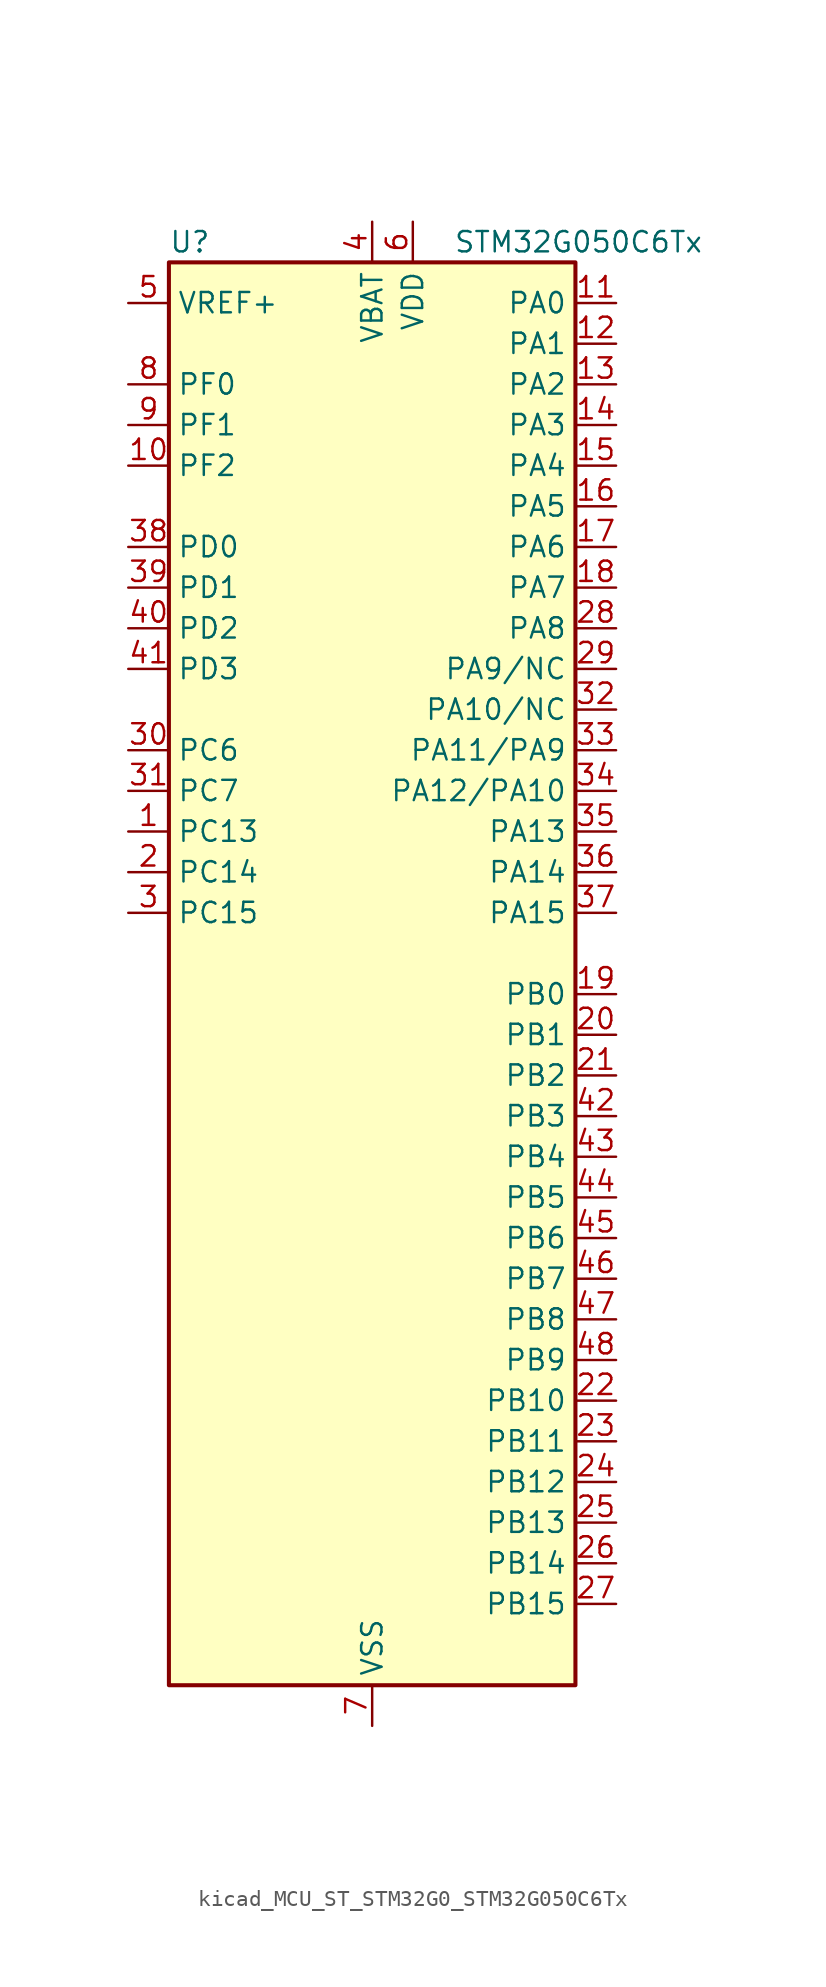
<source format=kicad_sym>
(kicad_symbol_lib
  (version 20220914)
  (generator kicad_symbol_editor)
  (symbol "kicad_MCU_ST_STM32G0_STM32G050C6Tx"
    (property "Reference" "U"
      (at -12.7 46.99 0)
      (effects (font (size 1.27 1.27)) (justify left)))
    (property "Value" "STM32G050C6Tx"
      (at 5.08 46.99 0)
      (effects (font (size 1.27 1.27)) (justify left)))
    (property "ki_locked" ""
      (at 0 0 0)
      (effects (font (size 1.27 1.27))))
    (symbol "kicad_MCU_ST_STM32G0_STM32G050C6Tx_0_1"
      (rectangle (start -12.7 -43.18) (end 12.7 45.72) (stroke (width 0.254) (type default)) (fill (type background))))
    (symbol "kicad_MCU_ST_STM32G0_STM32G050C6Tx_1_1"
      (pin bidirectional line (at -15.24 10.16 0) (length 2.54) (name "PC13" (effects (font (size 1.27 1.27)))) (number "1" (effects (font (size 1.27 1.27)))) (alternate "RTC_OUT1" bidirectional line) (alternate "RTC_TAMP_IN1" bidirectional line) (alternate "RTC_TS" bidirectional line) (alternate "SYS_WKUP2" bidirectional line) (alternate "TIM1_BK" bidirectional line))
      (pin bidirectional line (at -15.24 33.02 0) (length 2.54) (name "PF2" (effects (font (size 1.27 1.27)))) (number "10" (effects (font (size 1.27 1.27)))) (alternate "RCC_MCO" bidirectional line))
      (pin bidirectional line (at 15.24 43.18 180) (length 2.54) (name "PA0" (effects (font (size 1.27 1.27)))) (number "11" (effects (font (size 1.27 1.27)))) (alternate "ADC1_IN0" bidirectional line) (alternate "RTC_TAMP_IN2" bidirectional line) (alternate "SPI2_SCK" bidirectional line) (alternate "SYS_WKUP1" bidirectional line) (alternate "USART2_CTS" bidirectional line) (alternate "USART2_NSS" bidirectional line))
      (pin bidirectional line (at 15.24 40.64 180) (length 2.54) (name "PA1" (effects (font (size 1.27 1.27)))) (number "12" (effects (font (size 1.27 1.27)))) (alternate "ADC1_IN1" bidirectional line) (alternate "I2C1_SMBA" bidirectional line) (alternate "I2S1_CK" bidirectional line) (alternate "SPI1_SCK" bidirectional line) (alternate "TIM15_CH1N" bidirectional line) (alternate "USART2_CK" bidirectional line) (alternate "USART2_DE" bidirectional line) (alternate "USART2_RTS" bidirectional line))
      (pin bidirectional line (at 15.24 38.1 180) (length 2.54) (name "PA2" (effects (font (size 1.27 1.27)))) (number "13" (effects (font (size 1.27 1.27)))) (alternate "ADC1_IN2" bidirectional line) (alternate "I2S1_SD" bidirectional line) (alternate "RCC_LSCO" bidirectional line) (alternate "SPI1_MOSI" bidirectional line) (alternate "SYS_WKUP4" bidirectional line) (alternate "TIM15_CH1" bidirectional line) (alternate "USART2_TX" bidirectional line))
      (pin bidirectional line (at 15.24 35.56 180) (length 2.54) (name "PA3" (effects (font (size 1.27 1.27)))) (number "14" (effects (font (size 1.27 1.27)))) (alternate "ADC1_IN3" bidirectional line) (alternate "SPI2_MISO" bidirectional line) (alternate "TIM15_CH2" bidirectional line) (alternate "USART2_RX" bidirectional line))
      (pin bidirectional line (at 15.24 33.02 180) (length 2.54) (name "PA4" (effects (font (size 1.27 1.27)))) (number "15" (effects (font (size 1.27 1.27)))) (alternate "ADC1_IN4" bidirectional line) (alternate "I2S1_WS" bidirectional line) (alternate "RTC_OUT2" bidirectional line) (alternate "SPI1_NSS" bidirectional line) (alternate "SPI2_MOSI" bidirectional line) (alternate "TIM14_CH1" bidirectional line))
      (pin bidirectional line (at 15.24 30.48 180) (length 2.54) (name "PA5" (effects (font (size 1.27 1.27)))) (number "16" (effects (font (size 1.27 1.27)))) (alternate "ADC1_IN5" bidirectional line) (alternate "I2S1_CK" bidirectional line) (alternate "SPI1_SCK" bidirectional line))
      (pin bidirectional line (at 15.24 27.94 180) (length 2.54) (name "PA6" (effects (font (size 1.27 1.27)))) (number "17" (effects (font (size 1.27 1.27)))) (alternate "ADC1_IN6" bidirectional line) (alternate "I2S1_MCK" bidirectional line) (alternate "SPI1_MISO" bidirectional line) (alternate "TIM16_CH1" bidirectional line) (alternate "TIM1_BK" bidirectional line) (alternate "TIM3_CH1" bidirectional line))
      (pin bidirectional line (at 15.24 25.4 180) (length 2.54) (name "PA7" (effects (font (size 1.27 1.27)))) (number "18" (effects (font (size 1.27 1.27)))) (alternate "ADC1_IN7" bidirectional line) (alternate "I2S1_SD" bidirectional line) (alternate "SPI1_MOSI" bidirectional line) (alternate "TIM14_CH1" bidirectional line) (alternate "TIM17_CH1" bidirectional line) (alternate "TIM1_CH1N" bidirectional line) (alternate "TIM3_CH2" bidirectional line))
      (pin bidirectional line (at 15.24 0 180) (length 2.54) (name "PB0" (effects (font (size 1.27 1.27)))) (number "19" (effects (font (size 1.27 1.27)))) (alternate "ADC1_IN8" bidirectional line) (alternate "I2S1_WS" bidirectional line) (alternate "SPI1_NSS" bidirectional line) (alternate "TIM1_CH2N" bidirectional line) (alternate "TIM3_CH3" bidirectional line))
      (pin bidirectional line (at -15.24 7.62 0) (length 2.54) (name "PC14" (effects (font (size 1.27 1.27)))) (number "2" (effects (font (size 1.27 1.27)))) (alternate "RCC_OSC32_IN" bidirectional line) (alternate "TIM1_BK2" bidirectional line))
      (pin bidirectional line (at 15.24 -2.54 180) (length 2.54) (name "PB1" (effects (font (size 1.27 1.27)))) (number "20" (effects (font (size 1.27 1.27)))) (alternate "ADC1_IN9" bidirectional line) (alternate "TIM14_CH1" bidirectional line) (alternate "TIM1_CH3N" bidirectional line) (alternate "TIM3_CH4" bidirectional line))
      (pin bidirectional line (at 15.24 -5.08 180) (length 2.54) (name "PB2" (effects (font (size 1.27 1.27)))) (number "21" (effects (font (size 1.27 1.27)))) (alternate "ADC1_IN10" bidirectional line) (alternate "SPI2_MISO" bidirectional line))
      (pin bidirectional line (at 15.24 -25.4 180) (length 2.54) (name "PB10" (effects (font (size 1.27 1.27)))) (number "22" (effects (font (size 1.27 1.27)))) (alternate "ADC1_IN11" bidirectional line) (alternate "I2C2_SCL" bidirectional line) (alternate "SPI2_SCK" bidirectional line))
      (pin bidirectional line (at 15.24 -27.94 180) (length 2.54) (name "PB11" (effects (font (size 1.27 1.27)))) (number "23" (effects (font (size 1.27 1.27)))) (alternate "ADC1_EXTI11" bidirectional line) (alternate "ADC1_IN15" bidirectional line) (alternate "I2C2_SDA" bidirectional line) (alternate "SPI2_MOSI" bidirectional line))
      (pin bidirectional line (at 15.24 -30.48 180) (length 2.54) (name "PB12" (effects (font (size 1.27 1.27)))) (number "24" (effects (font (size 1.27 1.27)))) (alternate "ADC1_IN16" bidirectional line) (alternate "SPI2_NSS" bidirectional line) (alternate "TIM15_BK" bidirectional line) (alternate "TIM1_BK" bidirectional line))
      (pin bidirectional line (at 15.24 -33.02 180) (length 2.54) (name "PB13" (effects (font (size 1.27 1.27)))) (number "25" (effects (font (size 1.27 1.27)))) (alternate "I2C2_SCL" bidirectional line) (alternate "SPI2_SCK" bidirectional line) (alternate "TIM15_CH1N" bidirectional line) (alternate "TIM1_CH1N" bidirectional line))
      (pin bidirectional line (at 15.24 -35.56 180) (length 2.54) (name "PB14" (effects (font (size 1.27 1.27)))) (number "26" (effects (font (size 1.27 1.27)))) (alternate "I2C2_SDA" bidirectional line) (alternate "SPI2_MISO" bidirectional line) (alternate "TIM15_CH1" bidirectional line) (alternate "TIM1_CH2N" bidirectional line))
      (pin bidirectional line (at 15.24 -38.1 180) (length 2.54) (name "PB15" (effects (font (size 1.27 1.27)))) (number "27" (effects (font (size 1.27 1.27)))) (alternate "RTC_REFIN" bidirectional line) (alternate "SPI2_MOSI" bidirectional line) (alternate "TIM15_CH1N" bidirectional line) (alternate "TIM15_CH2" bidirectional line) (alternate "TIM1_CH3N" bidirectional line))
      (pin bidirectional line (at 15.24 22.86 180) (length 2.54) (name "PA8" (effects (font (size 1.27 1.27)))) (number "28" (effects (font (size 1.27 1.27)))) (alternate "RCC_MCO" bidirectional line) (alternate "SPI2_NSS" bidirectional line) (alternate "TIM1_CH1" bidirectional line))
      (pin bidirectional line (at 15.24 20.32 180) (length 2.54) (name "PA9/NC" (effects (font (size 1.27 1.27)))) (number "29" (effects (font (size 1.27 1.27)))) (alternate "I2C1_SCL" bidirectional line) (alternate "RCC_MCO" bidirectional line) (alternate "SPI2_MISO" bidirectional line) (alternate "TIM15_BK" bidirectional line) (alternate "TIM1_CH2" bidirectional line) (alternate "USART1_TX" bidirectional line))
      (pin bidirectional line (at -15.24 5.08 0) (length 2.54) (name "PC15" (effects (font (size 1.27 1.27)))) (number "3" (effects (font (size 1.27 1.27)))) (alternate "RCC_OSC32_EN" bidirectional line) (alternate "RCC_OSC32_OUT" bidirectional line) (alternate "RCC_OSC_EN" bidirectional line) (alternate "TIM15_BK" bidirectional line))
      (pin bidirectional line (at -15.24 15.24 0) (length 2.54) (name "PC6" (effects (font (size 1.27 1.27)))) (number "30" (effects (font (size 1.27 1.27)))) (alternate "TIM3_CH1" bidirectional line))
      (pin bidirectional line (at -15.24 12.7 0) (length 2.54) (name "PC7" (effects (font (size 1.27 1.27)))) (number "31" (effects (font (size 1.27 1.27)))) (alternate "TIM3_CH2" bidirectional line))
      (pin bidirectional line (at 15.24 17.78 180) (length 2.54) (name "PA10/NC" (effects (font (size 1.27 1.27)))) (number "32" (effects (font (size 1.27 1.27)))) (alternate "I2C1_SDA" bidirectional line) (alternate "SPI2_MOSI" bidirectional line) (alternate "TIM17_BK" bidirectional line) (alternate "TIM1_CH3" bidirectional line) (alternate "USART1_RX" bidirectional line))
      (pin bidirectional line (at 15.24 15.24 180) (length 2.54) (name "PA11/PA9" (effects (font (size 1.27 1.27)))) (number "33" (effects (font (size 1.27 1.27)))) (alternate "ADC1_EXTI11" bidirectional line) (alternate "I2C2_SCL" bidirectional line) (alternate "I2S1_MCK" bidirectional line) (alternate "SPI1_MISO" bidirectional line) (alternate "TIM1_BK2" bidirectional line) (alternate "TIM1_CH4" bidirectional line) (alternate "USART1_CTS" bidirectional line) (alternate "USART1_NSS" bidirectional line))
      (pin bidirectional line (at 15.24 12.7 180) (length 2.54) (name "PA12/PA10" (effects (font (size 1.27 1.27)))) (number "34" (effects (font (size 1.27 1.27)))) (alternate "I2C2_SDA" bidirectional line) (alternate "I2S1_SD" bidirectional line) (alternate "I2S_CKIN" bidirectional line) (alternate "SPI1_MOSI" bidirectional line) (alternate "TIM1_ETR" bidirectional line) (alternate "USART1_CK" bidirectional line) (alternate "USART1_DE" bidirectional line) (alternate "USART1_RTS" bidirectional line))
      (pin bidirectional line (at 15.24 10.16 180) (length 2.54) (name "PA13" (effects (font (size 1.27 1.27)))) (number "35" (effects (font (size 1.27 1.27)))) (alternate "ADC1_IN17" bidirectional line) (alternate "IR_OUT" bidirectional line) (alternate "SYS_SWDIO" bidirectional line))
      (pin bidirectional line (at 15.24 7.62 180) (length 2.54) (name "PA14" (effects (font (size 1.27 1.27)))) (number "36" (effects (font (size 1.27 1.27)))) (alternate "ADC1_IN18" bidirectional line) (alternate "SYS_SWCLK" bidirectional line) (alternate "USART2_TX" bidirectional line))
      (pin bidirectional line (at 15.24 5.08 180) (length 2.54) (name "PA15" (effects (font (size 1.27 1.27)))) (number "37" (effects (font (size 1.27 1.27)))) (alternate "I2S1_WS" bidirectional line) (alternate "SPI1_NSS" bidirectional line) (alternate "USART2_RX" bidirectional line))
      (pin bidirectional line (at -15.24 27.94 0) (length 2.54) (name "PD0" (effects (font (size 1.27 1.27)))) (number "38" (effects (font (size 1.27 1.27)))) (alternate "SPI2_NSS" bidirectional line) (alternate "TIM16_CH1" bidirectional line))
      (pin bidirectional line (at -15.24 25.4 0) (length 2.54) (name "PD1" (effects (font (size 1.27 1.27)))) (number "39" (effects (font (size 1.27 1.27)))) (alternate "SPI2_SCK" bidirectional line) (alternate "TIM17_CH1" bidirectional line))
      (pin power_in line (at 0 48.26 270) (length 2.54) (name "VBAT" (effects (font (size 1.27 1.27)))) (number "4" (effects (font (size 1.27 1.27)))))
      (pin bidirectional line (at -15.24 22.86 0) (length 2.54) (name "PD2" (effects (font (size 1.27 1.27)))) (number "40" (effects (font (size 1.27 1.27)))) (alternate "TIM1_CH1N" bidirectional line) (alternate "TIM3_ETR" bidirectional line))
      (pin bidirectional line (at -15.24 20.32 0) (length 2.54) (name "PD3" (effects (font (size 1.27 1.27)))) (number "41" (effects (font (size 1.27 1.27)))) (alternate "SPI2_MISO" bidirectional line) (alternate "TIM1_CH2N" bidirectional line) (alternate "USART2_CTS" bidirectional line) (alternate "USART2_NSS" bidirectional line))
      (pin bidirectional line (at 15.24 -7.62 180) (length 2.54) (name "PB3" (effects (font (size 1.27 1.27)))) (number "42" (effects (font (size 1.27 1.27)))) (alternate "I2S1_CK" bidirectional line) (alternate "SPI1_SCK" bidirectional line) (alternate "TIM1_CH2" bidirectional line) (alternate "USART1_CK" bidirectional line) (alternate "USART1_DE" bidirectional line) (alternate "USART1_RTS" bidirectional line))
      (pin bidirectional line (at 15.24 -10.16 180) (length 2.54) (name "PB4" (effects (font (size 1.27 1.27)))) (number "43" (effects (font (size 1.27 1.27)))) (alternate "I2S1_MCK" bidirectional line) (alternate "SPI1_MISO" bidirectional line) (alternate "TIM17_BK" bidirectional line) (alternate "TIM3_CH1" bidirectional line) (alternate "USART1_CTS" bidirectional line) (alternate "USART1_NSS" bidirectional line))
      (pin bidirectional line (at 15.24 -12.7 180) (length 2.54) (name "PB5" (effects (font (size 1.27 1.27)))) (number "44" (effects (font (size 1.27 1.27)))) (alternate "I2C1_SMBA" bidirectional line) (alternate "I2S1_SD" bidirectional line) (alternate "SPI1_MOSI" bidirectional line) (alternate "SYS_WKUP6" bidirectional line) (alternate "TIM16_BK" bidirectional line) (alternate "TIM3_CH2" bidirectional line))
      (pin bidirectional line (at 15.24 -15.24 180) (length 2.54) (name "PB6" (effects (font (size 1.27 1.27)))) (number "45" (effects (font (size 1.27 1.27)))) (alternate "I2C1_SCL" bidirectional line) (alternate "SPI2_MISO" bidirectional line) (alternate "TIM16_CH1N" bidirectional line) (alternate "TIM1_CH3" bidirectional line) (alternate "USART1_TX" bidirectional line))
      (pin bidirectional line (at 15.24 -17.78 180) (length 2.54) (name "PB7" (effects (font (size 1.27 1.27)))) (number "46" (effects (font (size 1.27 1.27)))) (alternate "I2C1_SDA" bidirectional line) (alternate "SPI2_MOSI" bidirectional line) (alternate "SYS_PVD_IN" bidirectional line) (alternate "TIM17_CH1N" bidirectional line) (alternate "USART1_RX" bidirectional line))
      (pin bidirectional line (at 15.24 -20.32 180) (length 2.54) (name "PB8" (effects (font (size 1.27 1.27)))) (number "47" (effects (font (size 1.27 1.27)))) (alternate "I2C1_SCL" bidirectional line) (alternate "SPI2_SCK" bidirectional line) (alternate "TIM15_BK" bidirectional line) (alternate "TIM16_CH1" bidirectional line))
      (pin bidirectional line (at 15.24 -22.86 180) (length 2.54) (name "PB9" (effects (font (size 1.27 1.27)))) (number "48" (effects (font (size 1.27 1.27)))) (alternate "I2C1_SDA" bidirectional line) (alternate "IR_OUT" bidirectional line) (alternate "SPI2_NSS" bidirectional line) (alternate "TIM17_CH1" bidirectional line))
      (pin input line (at -15.24 43.18 0) (length 2.54) (name "VREF+" (effects (font (size 1.27 1.27)))) (number "5" (effects (font (size 1.27 1.27)))) (alternate "VREFBUF_OUT" bidirectional line))
      (pin power_in line (at 2.54 48.26 270) (length 2.54) (name "VDD" (effects (font (size 1.27 1.27)))) (number "6" (effects (font (size 1.27 1.27)))))
      (pin power_in line (at 0 -45.72 90) (length 2.54) (name "VSS" (effects (font (size 1.27 1.27)))) (number "7" (effects (font (size 1.27 1.27)))))
      (pin bidirectional line (at -15.24 38.1 0) (length 2.54) (name "PF0" (effects (font (size 1.27 1.27)))) (number "8" (effects (font (size 1.27 1.27)))) (alternate "RCC_OSC_IN" bidirectional line) (alternate "TIM14_CH1" bidirectional line))
      (pin bidirectional line (at -15.24 35.56 0) (length 2.54) (name "PF1" (effects (font (size 1.27 1.27)))) (number "9" (effects (font (size 1.27 1.27)))) (alternate "RCC_OSC_EN" bidirectional line) (alternate "RCC_OSC_OUT" bidirectional line) (alternate "TIM15_CH1N" bidirectional line)))))
</source>
